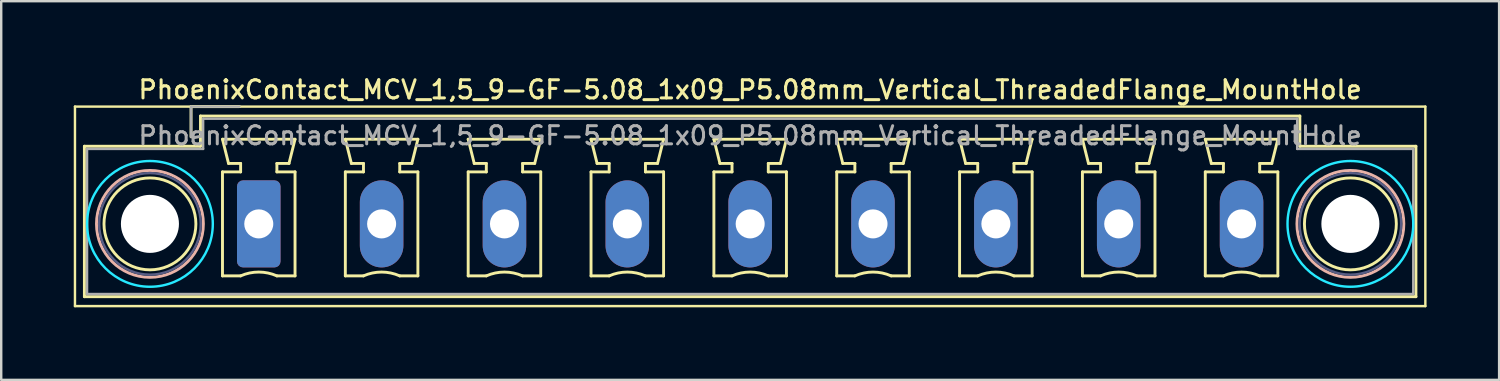
<source format=kicad_pcb>
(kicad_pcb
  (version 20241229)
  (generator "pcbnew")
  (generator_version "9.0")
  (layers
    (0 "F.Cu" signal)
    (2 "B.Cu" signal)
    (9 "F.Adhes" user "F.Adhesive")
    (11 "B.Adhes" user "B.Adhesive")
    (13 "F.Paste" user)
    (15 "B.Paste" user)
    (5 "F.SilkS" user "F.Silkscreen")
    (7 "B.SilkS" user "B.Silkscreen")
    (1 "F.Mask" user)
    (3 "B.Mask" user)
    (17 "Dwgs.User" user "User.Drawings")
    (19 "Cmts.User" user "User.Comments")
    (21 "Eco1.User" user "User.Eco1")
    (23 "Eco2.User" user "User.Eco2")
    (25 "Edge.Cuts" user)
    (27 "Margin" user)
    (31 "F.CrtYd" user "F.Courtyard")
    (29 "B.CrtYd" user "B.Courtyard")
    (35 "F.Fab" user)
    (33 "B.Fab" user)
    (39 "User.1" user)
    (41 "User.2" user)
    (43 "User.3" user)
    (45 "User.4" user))
  (footprint "PhoenixContact_MCV_1,5_9-GF-5.08_1x09_P5.08mm_Vertical_ThreadedFlange_MountHole"
    (layer "F.Cu")
    (at 7.65 6.208)
    (property "Reference" "PhoenixContact_MCV_1,5_9-GF-5.08_1x09_P5.08mm_Vertical_ThreadedFlange_MountHole" (at 20.32 -5.55 0) (layer "F.SilkS") (effects (font (size 0.75 0.75) (thickness 0.125))))
    (attr through_hole)
    (fp_line (start -7.6 -4.85) (end -7.6 3.4) (stroke (width 0.1) (type solid)) (layer "F.SilkS"))
    (fp_line (start -7.6 3.4) (end 48.24 3.4) (stroke (width 0.1) (type solid)) (layer "F.SilkS"))
    (fp_line (start -7.21 -3.21) (end -7.21 3.01) (stroke (width 0.12) (type solid)) (layer "F.SilkS"))
    (fp_line (start -7.21 3.01) (end 47.85 3.01) (stroke (width 0.12) (type solid)) (layer "F.SilkS"))
    (fp_line (start -2.8 -4.85) (end -0.8 -4.85) (stroke (width 0.12) (type solid)) (layer "F.SilkS"))
    (fp_line (start -2.8 -3.6) (end -2.8 -4.85) (stroke (width 0.12) (type solid)) (layer "F.SilkS"))
    (fp_line (start -2.41 -4.46) (end -2.41 -3.21) (stroke (width 0.12) (type solid)) (layer "F.SilkS"))
    (fp_line (start -2.41 -3.21) (end -7.21 -3.21) (stroke (width 0.12) (type solid)) (layer "F.SilkS"))
    (fp_line (start -1.5 -3.5) (end 1.5 -3.5) (stroke (width 0.12) (type solid)) (layer "F.SilkS"))
    (fp_line (start -1.5 -2.15) (end -0.75 -2.15) (stroke (width 0.12) (type solid)) (layer "F.SilkS"))
    (fp_line (start -1.5 2.15) (end -1.5 -2.15) (stroke (width 0.12) (type solid)) (layer "F.SilkS"))
    (fp_line (start -1.25 -2.5) (end -1.5 -3.5) (stroke (width 0.12) (type solid)) (layer "F.SilkS"))
    (fp_line (start -0.75 -2.5) (end -1.25 -2.5) (stroke (width 0.12) (type solid)) (layer "F.SilkS"))
    (fp_line (start -0.75 -2.15) (end -0.75 -2.5) (stroke (width 0.12) (type solid)) (layer "F.SilkS"))
    (fp_line (start -0.75 2.15) (end -1.5 2.15) (stroke (width 0.12) (type solid)) (layer "F.SilkS"))
    (fp_line (start 0.75 -2.5) (end 0.75 -2.15) (stroke (width 0.12) (type solid)) (layer "F.SilkS"))
    (fp_line (start 0.75 -2.15) (end 1.5 -2.15) (stroke (width 0.12) (type solid)) (layer "F.SilkS"))
    (fp_line (start 1.25 -2.5) (end 0.75 -2.5) (stroke (width 0.12) (type solid)) (layer "F.SilkS"))
    (fp_line (start 1.5 -3.5) (end 1.25 -2.5) (stroke (width 0.12) (type solid)) (layer "F.SilkS"))
    (fp_line (start 1.5 -2.15) (end 1.5 2.15) (stroke (width 0.12) (type solid)) (layer "F.SilkS"))
    (fp_line (start 1.5 2.15) (end 0.75 2.15) (stroke (width 0.12) (type solid)) (layer "F.SilkS"))
    (fp_line (start 3.58 -3.5) (end 6.58 -3.5) (stroke (width 0.12) (type solid)) (layer "F.SilkS"))
    (fp_line (start 3.58 -2.15) (end 4.33 -2.15) (stroke (width 0.12) (type solid)) (layer "F.SilkS"))
    (fp_line (start 3.58 2.15) (end 3.58 -2.15) (stroke (width 0.12) (type solid)) (layer "F.SilkS"))
    (fp_line (start 3.83 -2.5) (end 3.58 -3.5) (stroke (width 0.12) (type solid)) (layer "F.SilkS"))
    (fp_line (start 4.33 -2.5) (end 3.83 -2.5) (stroke (width 0.12) (type solid)) (layer "F.SilkS"))
    (fp_line (start 4.33 -2.15) (end 4.33 -2.5) (stroke (width 0.12) (type solid)) (layer "F.SilkS"))
    (fp_line (start 4.33 2.15) (end 3.58 2.15) (stroke (width 0.12) (type solid)) (layer "F.SilkS"))
    (fp_line (start 5.83 -2.5) (end 5.83 -2.15) (stroke (width 0.12) (type solid)) (layer "F.SilkS"))
    (fp_line (start 5.83 -2.15) (end 6.58 -2.15) (stroke (width 0.12) (type solid)) (layer "F.SilkS"))
    (fp_line (start 6.33 -2.5) (end 5.83 -2.5) (stroke (width 0.12) (type solid)) (layer "F.SilkS"))
    (fp_line (start 6.58 -3.5) (end 6.33 -2.5) (stroke (width 0.12) (type solid)) (layer "F.SilkS"))
    (fp_line (start 6.58 -2.15) (end 6.58 2.15) (stroke (width 0.12) (type solid)) (layer "F.SilkS"))
    (fp_line (start 6.58 2.15) (end 5.83 2.15) (stroke (width 0.12) (type solid)) (layer "F.SilkS"))
    (fp_line (start 8.66 -3.5) (end 11.66 -3.5) (stroke (width 0.12) (type solid)) (layer "F.SilkS"))
    (fp_line (start 8.66 -2.15) (end 9.41 -2.15) (stroke (width 0.12) (type solid)) (layer "F.SilkS"))
    (fp_line (start 8.66 2.15) (end 8.66 -2.15) (stroke (width 0.12) (type solid)) (layer "F.SilkS"))
    (fp_line (start 8.91 -2.5) (end 8.66 -3.5) (stroke (width 0.12) (type solid)) (layer "F.SilkS"))
    (fp_line (start 9.41 -2.5) (end 8.91 -2.5) (stroke (width 0.12) (type solid)) (layer "F.SilkS"))
    (fp_line (start 9.41 -2.15) (end 9.41 -2.5) (stroke (width 0.12) (type solid)) (layer "F.SilkS"))
    (fp_line (start 9.41 2.15) (end 8.66 2.15) (stroke (width 0.12) (type solid)) (layer "F.SilkS"))
    (fp_line (start 10.91 -2.5) (end 10.91 -2.15) (stroke (width 0.12) (type solid)) (layer "F.SilkS"))
    (fp_line (start 10.91 -2.15) (end 11.66 -2.15) (stroke (width 0.12) (type solid)) (layer "F.SilkS"))
    (fp_line (start 11.41 -2.5) (end 10.91 -2.5) (stroke (width 0.12) (type solid)) (layer "F.SilkS"))
    (fp_line (start 11.66 -3.5) (end 11.41 -2.5) (stroke (width 0.12) (type solid)) (layer "F.SilkS"))
    (fp_line (start 11.66 -2.15) (end 11.66 2.15) (stroke (width 0.12) (type solid)) (layer "F.SilkS"))
    (fp_line (start 11.66 2.15) (end 10.91 2.15) (stroke (width 0.12) (type solid)) (layer "F.SilkS"))
    (fp_line (start 13.74 -3.5) (end 16.74 -3.5) (stroke (width 0.12) (type solid)) (layer "F.SilkS"))
    (fp_line (start 13.74 -2.15) (end 14.49 -2.15) (stroke (width 0.12) (type solid)) (layer "F.SilkS"))
    (fp_line (start 13.74 2.15) (end 13.74 -2.15) (stroke (width 0.12) (type solid)) (layer "F.SilkS"))
    (fp_line (start 13.99 -2.5) (end 13.74 -3.5) (stroke (width 0.12) (type solid)) (layer "F.SilkS"))
    (fp_line (start 14.49 -2.5) (end 13.99 -2.5) (stroke (width 0.12) (type solid)) (layer "F.SilkS"))
    (fp_line (start 14.49 -2.15) (end 14.49 -2.5) (stroke (width 0.12) (type solid)) (layer "F.SilkS"))
    (fp_line (start 14.49 2.15) (end 13.74 2.15) (stroke (width 0.12) (type solid)) (layer "F.SilkS"))
    (fp_line (start 15.99 -2.5) (end 15.99 -2.15) (stroke (width 0.12) (type solid)) (layer "F.SilkS"))
    (fp_line (start 15.99 -2.15) (end 16.74 -2.15) (stroke (width 0.12) (type solid)) (layer "F.SilkS"))
    (fp_line (start 16.49 -2.5) (end 15.99 -2.5) (stroke (width 0.12) (type solid)) (layer "F.SilkS"))
    (fp_line (start 16.74 -3.5) (end 16.49 -2.5) (stroke (width 0.12) (type solid)) (layer "F.SilkS"))
    (fp_line (start 16.74 -2.15) (end 16.74 2.15) (stroke (width 0.12) (type solid)) (layer "F.SilkS"))
    (fp_line (start 16.74 2.15) (end 15.99 2.15) (stroke (width 0.12) (type solid)) (layer "F.SilkS"))
    (fp_line (start 18.82 -3.5) (end 21.82 -3.5) (stroke (width 0.12) (type solid)) (layer "F.SilkS"))
    (fp_line (start 18.82 -2.15) (end 19.57 -2.15) (stroke (width 0.12) (type solid)) (layer "F.SilkS"))
    (fp_line (start 18.82 2.15) (end 18.82 -2.15) (stroke (width 0.12) (type solid)) (layer "F.SilkS"))
    (fp_line (start 19.07 -2.5) (end 18.82 -3.5) (stroke (width 0.12) (type solid)) (layer "F.SilkS"))
    (fp_line (start 19.57 -2.5) (end 19.07 -2.5) (stroke (width 0.12) (type solid)) (layer "F.SilkS"))
    (fp_line (start 19.57 -2.15) (end 19.57 -2.5) (stroke (width 0.12) (type solid)) (layer "F.SilkS"))
    (fp_line (start 19.57 2.15) (end 18.82 2.15) (stroke (width 0.12) (type solid)) (layer "F.SilkS"))
    (fp_line (start 21.07 -2.5) (end 21.07 -2.15) (stroke (width 0.12) (type solid)) (layer "F.SilkS"))
    (fp_line (start 21.07 -2.15) (end 21.82 -2.15) (stroke (width 0.12) (type solid)) (layer "F.SilkS"))
    (fp_line (start 21.57 -2.5) (end 21.07 -2.5) (stroke (width 0.12) (type solid)) (layer "F.SilkS"))
    (fp_line (start 21.82 -3.5) (end 21.57 -2.5) (stroke (width 0.12) (type solid)) (layer "F.SilkS"))
    (fp_line (start 21.82 -2.15) (end 21.82 2.15) (stroke (width 0.12) (type solid)) (layer "F.SilkS"))
    (fp_line (start 21.82 2.15) (end 21.07 2.15) (stroke (width 0.12) (type solid)) (layer "F.SilkS"))
    (fp_line (start 23.9 -3.5) (end 26.9 -3.5) (stroke (width 0.12) (type solid)) (layer "F.SilkS"))
    (fp_line (start 23.9 -2.15) (end 24.65 -2.15) (stroke (width 0.12) (type solid)) (layer "F.SilkS"))
    (fp_line (start 23.9 2.15) (end 23.9 -2.15) (stroke (width 0.12) (type solid)) (layer "F.SilkS"))
    (fp_line (start 24.15 -2.5) (end 23.9 -3.5) (stroke (width 0.12) (type solid)) (layer "F.SilkS"))
    (fp_line (start 24.65 -2.5) (end 24.15 -2.5) (stroke (width 0.12) (type solid)) (layer "F.SilkS"))
    (fp_line (start 24.65 -2.15) (end 24.65 -2.5) (stroke (width 0.12) (type solid)) (layer "F.SilkS"))
    (fp_line (start 24.65 2.15) (end 23.9 2.15) (stroke (width 0.12) (type solid)) (layer "F.SilkS"))
    (fp_line (start 26.15 -2.5) (end 26.15 -2.15) (stroke (width 0.12) (type solid)) (layer "F.SilkS"))
    (fp_line (start 26.15 -2.15) (end 26.9 -2.15) (stroke (width 0.12) (type solid)) (layer "F.SilkS"))
    (fp_line (start 26.65 -2.5) (end 26.15 -2.5) (stroke (width 0.12) (type solid)) (layer "F.SilkS"))
    (fp_line (start 26.9 -3.5) (end 26.65 -2.5) (stroke (width 0.12) (type solid)) (layer "F.SilkS"))
    (fp_line (start 26.9 -2.15) (end 26.9 2.15) (stroke (width 0.12) (type solid)) (layer "F.SilkS"))
    (fp_line (start 26.9 2.15) (end 26.15 2.15) (stroke (width 0.12) (type solid)) (layer "F.SilkS"))
    (fp_line (start 28.98 -3.5) (end 31.98 -3.5) (stroke (width 0.12) (type solid)) (layer "F.SilkS"))
    (fp_line (start 28.98 -2.15) (end 29.73 -2.15) (stroke (width 0.12) (type solid)) (layer "F.SilkS"))
    (fp_line (start 28.98 2.15) (end 28.98 -2.15) (stroke (width 0.12) (type solid)) (layer "F.SilkS"))
    (fp_line (start 29.23 -2.5) (end 28.98 -3.5) (stroke (width 0.12) (type solid)) (layer "F.SilkS"))
    (fp_line (start 29.73 -2.5) (end 29.23 -2.5) (stroke (width 0.12) (type solid)) (layer "F.SilkS"))
    (fp_line (start 29.73 -2.15) (end 29.73 -2.5) (stroke (width 0.12) (type solid)) (layer "F.SilkS"))
    (fp_line (start 29.73 2.15) (end 28.98 2.15) (stroke (width 0.12) (type solid)) (layer "F.SilkS"))
    (fp_line (start 31.23 -2.5) (end 31.23 -2.15) (stroke (width 0.12) (type solid)) (layer "F.SilkS"))
    (fp_line (start 31.23 -2.15) (end 31.98 -2.15) (stroke (width 0.12) (type solid)) (layer "F.SilkS"))
    (fp_line (start 31.73 -2.5) (end 31.23 -2.5) (stroke (width 0.12) (type solid)) (layer "F.SilkS"))
    (fp_line (start 31.98 -3.5) (end 31.73 -2.5) (stroke (width 0.12) (type solid)) (layer "F.SilkS"))
    (fp_line (start 31.98 -2.15) (end 31.98 2.15) (stroke (width 0.12) (type solid)) (layer "F.SilkS"))
    (fp_line (start 31.98 2.15) (end 31.23 2.15) (stroke (width 0.12) (type solid)) (layer "F.SilkS"))
    (fp_line (start 34.06 -3.5) (end 37.06 -3.5) (stroke (width 0.12) (type solid)) (layer "F.SilkS"))
    (fp_line (start 34.06 -2.15) (end 34.81 -2.15) (stroke (width 0.12) (type solid)) (layer "F.SilkS"))
    (fp_line (start 34.06 2.15) (end 34.06 -2.15) (stroke (width 0.12) (type solid)) (layer "F.SilkS"))
    (fp_line (start 34.31 -2.5) (end 34.06 -3.5) (stroke (width 0.12) (type solid)) (layer "F.SilkS"))
    (fp_line (start 34.81 -2.5) (end 34.31 -2.5) (stroke (width 0.12) (type solid)) (layer "F.SilkS"))
    (fp_line (start 34.81 -2.15) (end 34.81 -2.5) (stroke (width 0.12) (type solid)) (layer "F.SilkS"))
    (fp_line (start 34.81 2.15) (end 34.06 2.15) (stroke (width 0.12) (type solid)) (layer "F.SilkS"))
    (fp_line (start 36.31 -2.5) (end 36.31 -2.15) (stroke (width 0.12) (type solid)) (layer "F.SilkS"))
    (fp_line (start 36.31 -2.15) (end 37.06 -2.15) (stroke (width 0.12) (type solid)) (layer "F.SilkS"))
    (fp_line (start 36.81 -2.5) (end 36.31 -2.5) (stroke (width 0.12) (type solid)) (layer "F.SilkS"))
    (fp_line (start 37.06 -3.5) (end 36.81 -2.5) (stroke (width 0.12) (type solid)) (layer "F.SilkS"))
    (fp_line (start 37.06 -2.15) (end 37.06 2.15) (stroke (width 0.12) (type solid)) (layer "F.SilkS"))
    (fp_line (start 37.06 2.15) (end 36.31 2.15) (stroke (width 0.12) (type solid)) (layer "F.SilkS"))
    (fp_line (start 39.14 -3.5) (end 42.14 -3.5) (stroke (width 0.12) (type solid)) (layer "F.SilkS"))
    (fp_line (start 39.14 -2.15) (end 39.89 -2.15) (stroke (width 0.12) (type solid)) (layer "F.SilkS"))
    (fp_line (start 39.14 2.15) (end 39.14 -2.15) (stroke (width 0.12) (type solid)) (layer "F.SilkS"))
    (fp_line (start 39.39 -2.5) (end 39.14 -3.5) (stroke (width 0.12) (type solid)) (layer "F.SilkS"))
    (fp_line (start 39.89 -2.5) (end 39.39 -2.5) (stroke (width 0.12) (type solid)) (layer "F.SilkS"))
    (fp_line (start 39.89 -2.15) (end 39.89 -2.5) (stroke (width 0.12) (type solid)) (layer "F.SilkS"))
    (fp_line (start 39.89 2.15) (end 39.14 2.15) (stroke (width 0.12) (type solid)) (layer "F.SilkS"))
    (fp_line (start 41.39 -2.5) (end 41.39 -2.15) (stroke (width 0.12) (type solid)) (layer "F.SilkS"))
    (fp_line (start 41.39 -2.15) (end 42.14 -2.15) (stroke (width 0.12) (type solid)) (layer "F.SilkS"))
    (fp_line (start 41.89 -2.5) (end 41.39 -2.5) (stroke (width 0.12) (type solid)) (layer "F.SilkS"))
    (fp_line (start 42.14 -3.5) (end 41.89 -2.5) (stroke (width 0.12) (type solid)) (layer "F.SilkS"))
    (fp_line (start 42.14 -2.15) (end 42.14 2.15) (stroke (width 0.12) (type solid)) (layer "F.SilkS"))
    (fp_line (start 42.14 2.15) (end 41.39 2.15) (stroke (width 0.12) (type solid)) (layer "F.SilkS"))
    (fp_line (start 43.05 -4.46) (end -2.41 -4.46) (stroke (width 0.12) (type solid)) (layer "F.SilkS"))
    (fp_line (start 43.05 -3.21) (end 43.05 -4.46) (stroke (width 0.12) (type solid)) (layer "F.SilkS"))
    (fp_line (start 47.85 -3.21) (end 43.05 -3.21) (stroke (width 0.12) (type solid)) (layer "F.SilkS"))
    (fp_line (start 47.85 3.01) (end 47.85 -3.21) (stroke (width 0.12) (type solid)) (layer "F.SilkS"))
    (fp_line (start 48.24 -4.85) (end -7.6 -4.85) (stroke (width 0.1) (type solid)) (layer "F.SilkS"))
    (fp_line (start 48.24 3.4) (end 48.24 -4.85) (stroke (width 0.1) (type solid)) (layer "F.SilkS"))
    (fp_arc (start -0.75 2.15) (mid -0.000193 1.99191) (end 0.749647 2.149844) (stroke (width 0.12) (type solid)) (layer "F.SilkS"))
    (fp_arc (start 4.33 2.15) (mid 5.079807 1.99191) (end 5.829647 2.149844) (stroke (width 0.12) (type solid)) (layer "F.SilkS"))
    (fp_arc (start 9.41 2.15) (mid 10.159807 1.99191) (end 10.909647 2.149844) (stroke (width 0.12) (type solid)) (layer "F.SilkS"))
    (fp_arc (start 14.49 2.15) (mid 15.239807 1.99191) (end 15.989647 2.149844) (stroke (width 0.12) (type solid)) (layer "F.SilkS"))
    (fp_arc (start 19.57 2.15) (mid 20.319807 1.99191) (end 21.069647 2.149844) (stroke (width 0.12) (type solid)) (layer "F.SilkS"))
    (fp_arc (start 24.65 2.15) (mid 25.399807 1.99191) (end 26.149647 2.149844) (stroke (width 0.12) (type solid)) (layer "F.SilkS"))
    (fp_arc (start 29.73 2.15) (mid 30.479807 1.99191) (end 31.229647 2.149844) (stroke (width 0.12) (type solid)) (layer "F.SilkS"))
    (fp_arc (start 34.81 2.15) (mid 35.559807 1.99191) (end 36.309647 2.149844) (stroke (width 0.12) (type solid)) (layer "F.SilkS"))
    (fp_arc (start 39.89 2.15) (mid 40.639807 1.99191) (end 41.389647 2.149844) (stroke (width 0.12) (type solid)) (layer "F.SilkS"))
    (fp_circle (center -4.5 0) (end -2.6 0) (stroke (width 0.12) (type solid)) (fill no) (layer "F.SilkS"))
    (fp_circle (center 45.14 0) (end 47.04 0) (stroke (width 0.12) (type solid)) (fill no) (layer "F.SilkS"))
    (fp_circle (center -4.5 0) (end -2.29 0) (stroke (width 0.12) (type solid)) (fill no) (layer "B.SilkS"))
    (fp_circle (center 45.14 0) (end 47.35 0) (stroke (width 0.12) (type solid)) (fill no) (layer "B.SilkS"))
    (fp_circle (center -4.5 0) (end -1.9 0) (stroke (width 0.1) (type solid)) (fill no) (layer "B.CrtYd"))
    (fp_circle (center 45.14 0) (end 47.74 0) (stroke (width 0.1) (type solid)) (fill no) (layer "B.CrtYd"))
    (fp_circle (center -4.5 0) (end -2.4 0) (stroke (width 0.1) (type solid)) (fill no) (layer "B.Fab"))
    (fp_circle (center 45.14 0) (end 47.24 0) (stroke (width 0.1) (type solid)) (fill no) (layer "B.Fab"))
    (fp_line (start -7.1 -3.1) (end -7.1 2.9) (stroke (width 0.1) (type solid)) (layer "F.Fab"))
    (fp_line (start -7.1 2.9) (end 47.74 2.9) (stroke (width 0.1) (type solid)) (layer "F.Fab"))
    (fp_line (start -2.8 -4.85) (end -0.8 -4.85) (stroke (width 0.1) (type solid)) (layer "F.Fab"))
    (fp_line (start -2.8 -3.6) (end -2.8 -4.85) (stroke (width 0.1) (type solid)) (layer "F.Fab"))
    (fp_line (start -2.3 -4.35) (end -2.3 -3.1) (stroke (width 0.1) (type solid)) (layer "F.Fab"))
    (fp_line (start -2.3 -3.1) (end -7.1 -3.1) (stroke (width 0.1) (type solid)) (layer "F.Fab"))
    (fp_line (start 42.94 -4.35) (end -2.3 -4.35) (stroke (width 0.1) (type solid)) (layer "F.Fab"))
    (fp_line (start 42.94 -3.1) (end 42.94 -4.35) (stroke (width 0.1) (type solid)) (layer "F.Fab"))
    (fp_line (start 47.74 -3.1) (end 42.94 -3.1) (stroke (width 0.1) (type solid)) (layer "F.Fab"))
    (fp_line (start 47.74 2.9) (end 47.74 -3.1) (stroke (width 0.1) (type solid)) (layer "F.Fab"))
    (fp_text user "${REFERENCE}" (at 20.32 -3.65 0) (layer "F.Fab") (effects (font (size 0.75 0.75) (thickness 0.125))))
    (pad "" np_thru_hole circle (at -4.5 0) (size 2.4 2.4) (drill 2.4) (layers "*.Cu" "*.Mask"))
    (pad "" np_thru_hole circle (at 45.14 0) (size 2.4 2.4) (drill 2.4) (layers "*.Cu" "*.Mask"))
    (pad "1" thru_hole roundrect (at 0 0) (size 1.8 3.6) (drill 1.2) (layers "*.Cu" "*.Mask") (roundrect_rratio 0.139))
    (pad "2" thru_hole oval (at 5.08 0) (size 1.8 3.6) (drill 1.2) (layers "*.Cu" "*.Mask"))
    (pad "3" thru_hole oval (at 10.16 0) (size 1.8 3.6) (drill 1.2) (layers "*.Cu" "*.Mask"))
    (pad "4" thru_hole oval (at 15.24 0) (size 1.8 3.6) (drill 1.2) (layers "*.Cu" "*.Mask"))
    (pad "5" thru_hole oval (at 20.32 0) (size 1.8 3.6) (drill 1.2) (layers "*.Cu" "*.Mask"))
    (pad "6" thru_hole oval (at 25.4 0) (size 1.8 3.6) (drill 1.2) (layers "*.Cu" "*.Mask"))
    (pad "7" thru_hole oval (at 30.48 0) (size 1.8 3.6) (drill 1.2) (layers "*.Cu" "*.Mask"))
    (pad "8" thru_hole oval (at 35.56 0) (size 1.8 3.6) (drill 1.2) (layers "*.Cu" "*.Mask"))
    (pad "9" thru_hole oval (at 40.64 0) (size 1.8 3.6) (drill 1.2) (layers "*.Cu" "*.Mask")))
  (gr_rect
    (start -3 -3)
    (end 58.94 12.658)
    (stroke (width 0.1) (type default))
    (fill no)
    (layer "Edge.Cuts")))
</source>
